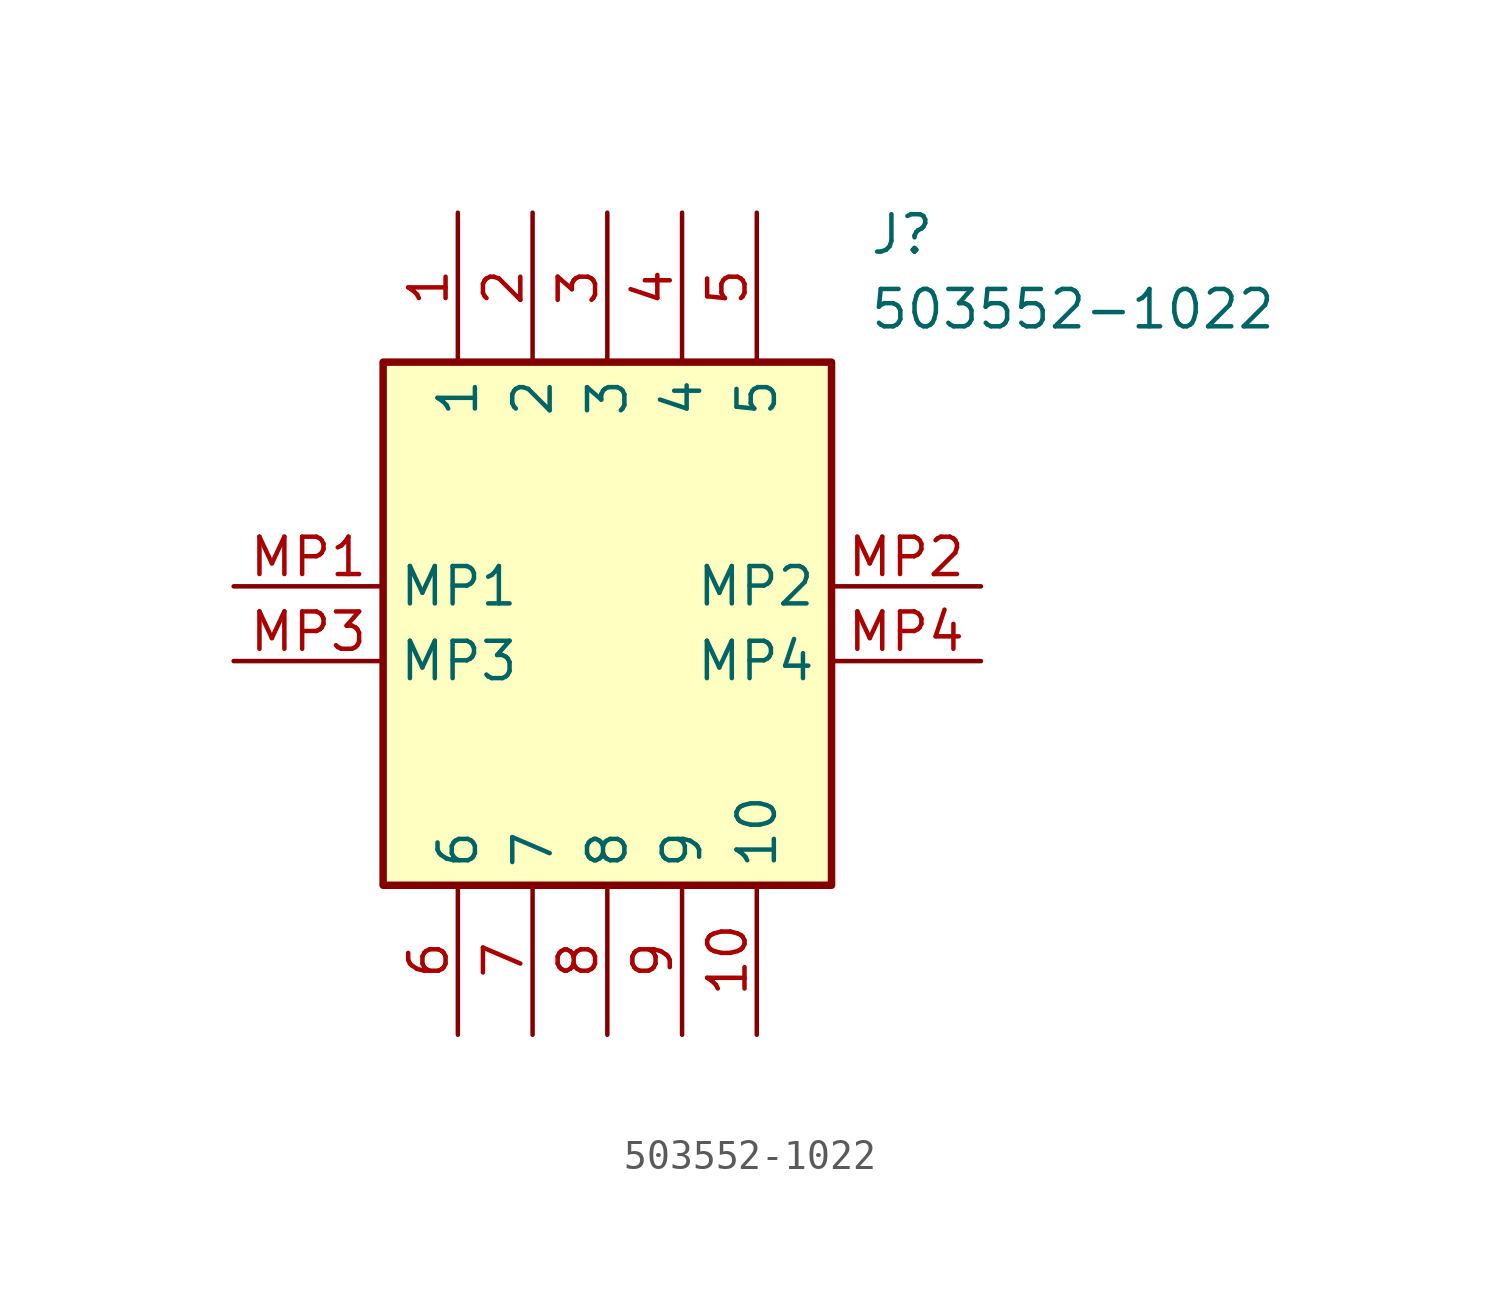
<source format=kicad_sym>
(kicad_symbol_lib
  (version 20211014)
  (generator SamacSys_ECAD_Model)
  (symbol "503552-1022"
    (property "Reference" "J"
      (at 21.59 12.7 0)
      (effects (font (size 1.27 1.27)) (justify left top)))
    (property "Value" "503552-1022"
      (at 21.59 10.16 0)
      (effects (font (size 1.27 1.27)) (justify left top)))
    (rectangle
      (start 5.08 7.62)
      (end 20.32 -10.16)
      (stroke (width 0.254) (type default))
      (fill (type background)))
    (pin passive line
      (at 7.62 12.7 270)
      (length 5.08)
      (name "1" (effects (font (size 1.27 1.27))))
      (number "1" (effects (font (size 1.27 1.27)))))
    (pin passive line
      (at 10.16 12.7 270)
      (length 5.08)
      (name "2" (effects (font (size 1.27 1.27))))
      (number "2" (effects (font (size 1.27 1.27)))))
    (pin passive line
      (at 12.7 12.7 270)
      (length 5.08)
      (name "3" (effects (font (size 1.27 1.27))))
      (number "3" (effects (font (size 1.27 1.27)))))
    (pin passive line
      (at 15.24 12.7 270)
      (length 5.08)
      (name "4" (effects (font (size 1.27 1.27))))
      (number "4" (effects (font (size 1.27 1.27)))))
    (pin passive line
      (at 17.78 12.7 270)
      (length 5.08)
      (name "5" (effects (font (size 1.27 1.27))))
      (number "5" (effects (font (size 1.27 1.27)))))
    (pin passive line
      (at 7.62 -15.24 90)
      (length 5.08)
      (name "6" (effects (font (size 1.27 1.27))))
      (number "6" (effects (font (size 1.27 1.27)))))
    (pin passive line
      (at 10.16 -15.24 90)
      (length 5.08)
      (name "7" (effects (font (size 1.27 1.27))))
      (number "7" (effects (font (size 1.27 1.27)))))
    (pin passive line
      (at 12.7 -15.24 90)
      (length 5.08)
      (name "8" (effects (font (size 1.27 1.27))))
      (number "8" (effects (font (size 1.27 1.27)))))
    (pin passive line
      (at 15.24 -15.24 90)
      (length 5.08)
      (name "9" (effects (font (size 1.27 1.27))))
      (number "9" (effects (font (size 1.27 1.27)))))
    (pin passive line
      (at 17.78 -15.24 90)
      (length 5.08)
      (name "10" (effects (font (size 1.27 1.27))))
      (number "10" (effects (font (size 1.27 1.27)))))
    (pin passive line
      (at 0 0 0)
      (length 5.08)
      (name "MP1" (effects (font (size 1.27 1.27))))
      (number "MP1" (effects (font (size 1.27 1.27)))))
    (pin passive line
      (at 25.4 0 180)
      (length 5.08)
      (name "MP2" (effects (font (size 1.27 1.27))))
      (number "MP2" (effects (font (size 1.27 1.27)))))
    (pin passive line
      (at 0 -2.54 0)
      (length 5.08)
      (name "MP3" (effects (font (size 1.27 1.27))))
      (number "MP3" (effects (font (size 1.27 1.27)))))
    (pin passive line
      (at 25.4 -2.54 180)
      (length 5.08)
      (name "MP4" (effects (font (size 1.27 1.27))))
      (number "MP4" (effects (font (size 1.27 1.27)))))))
</source>
